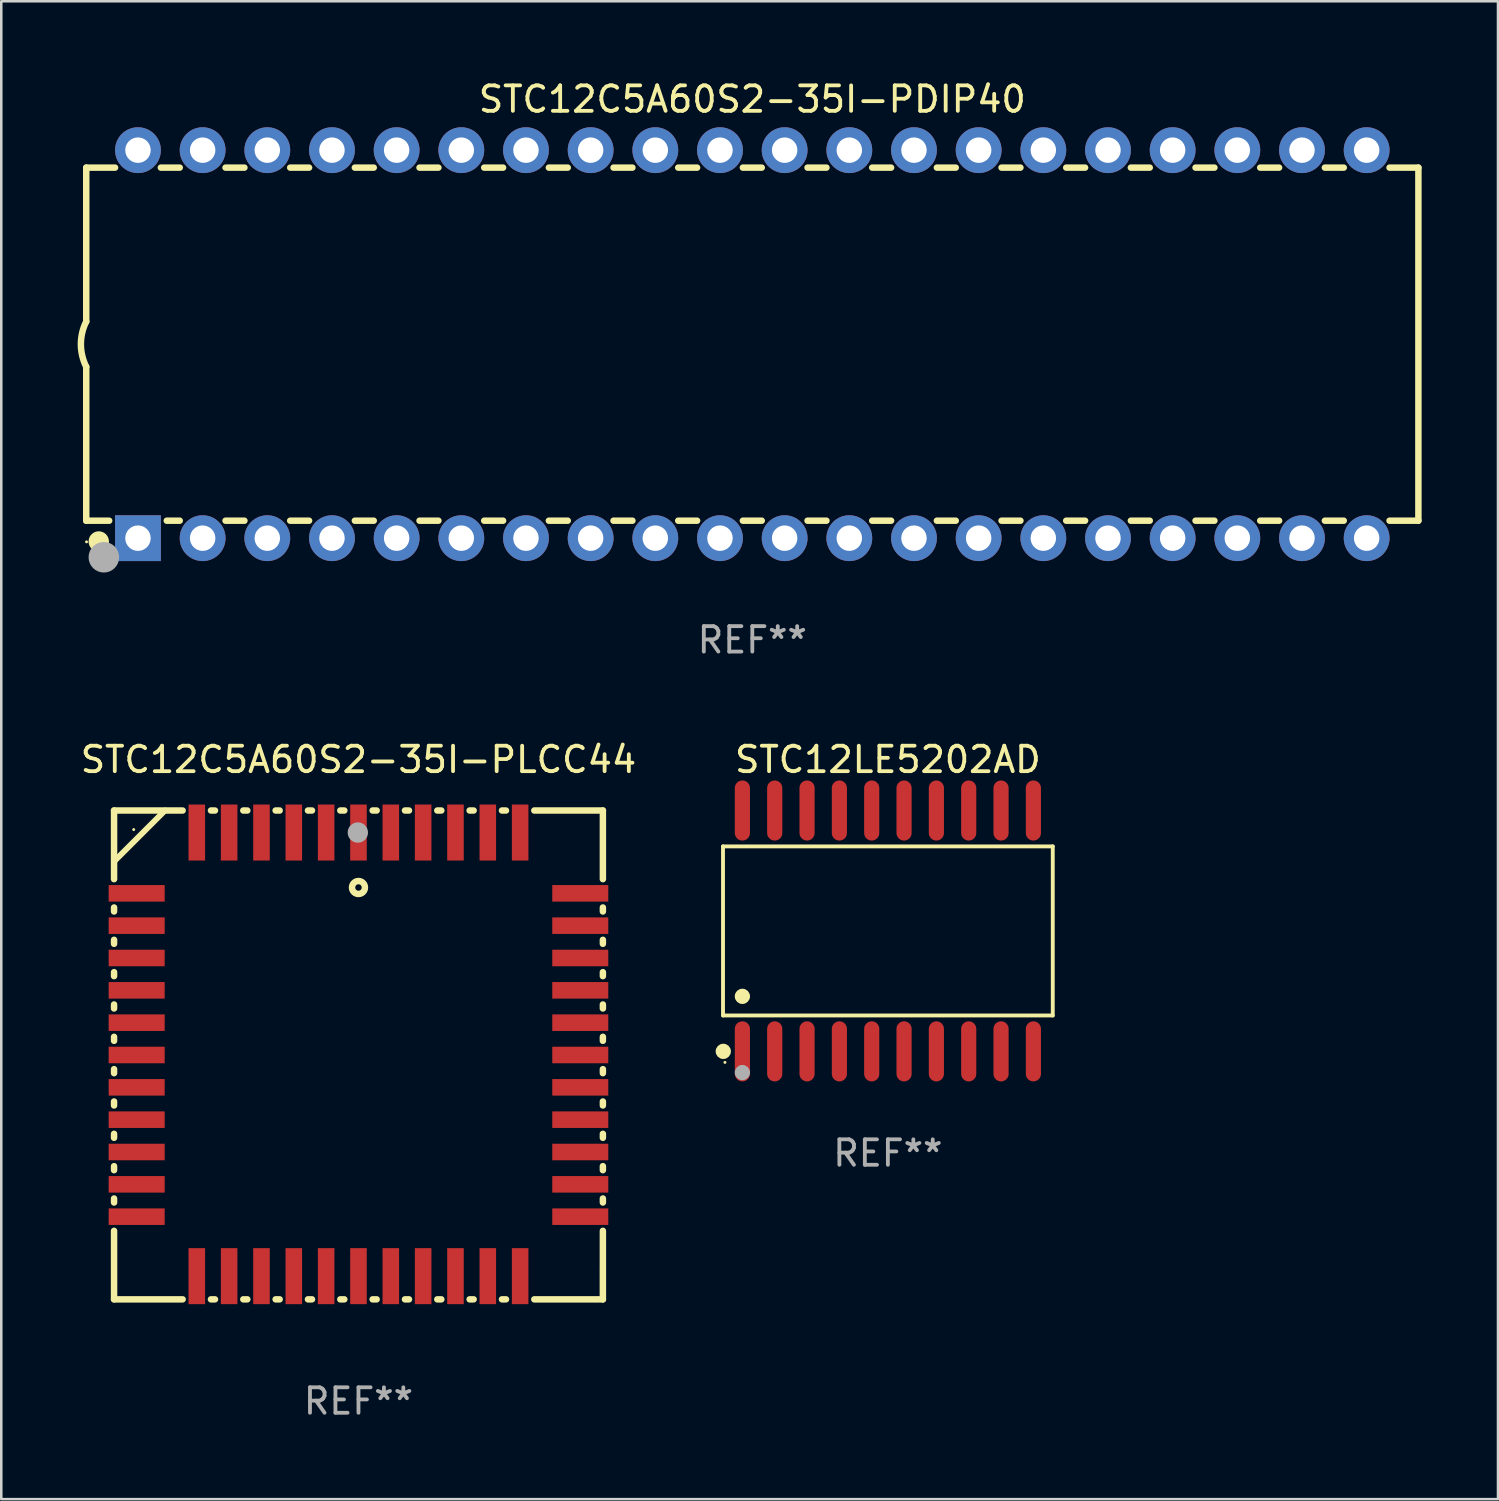
<source format=kicad_pcb>
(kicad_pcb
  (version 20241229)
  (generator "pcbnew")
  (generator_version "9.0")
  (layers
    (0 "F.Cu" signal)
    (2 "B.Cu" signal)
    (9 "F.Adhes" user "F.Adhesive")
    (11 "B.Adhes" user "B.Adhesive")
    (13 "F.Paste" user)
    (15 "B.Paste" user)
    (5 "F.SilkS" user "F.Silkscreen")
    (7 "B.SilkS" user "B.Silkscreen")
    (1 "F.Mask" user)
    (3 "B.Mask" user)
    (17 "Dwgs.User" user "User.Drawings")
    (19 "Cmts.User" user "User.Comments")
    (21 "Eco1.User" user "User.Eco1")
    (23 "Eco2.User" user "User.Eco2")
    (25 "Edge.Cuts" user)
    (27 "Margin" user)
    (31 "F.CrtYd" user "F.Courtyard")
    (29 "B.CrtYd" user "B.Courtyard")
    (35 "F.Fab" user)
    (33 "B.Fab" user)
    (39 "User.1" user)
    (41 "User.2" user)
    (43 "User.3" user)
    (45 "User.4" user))
  (footprint "STC12LE5202AD"
    (layer "F.Cu")
    (at 31.824 33.515)
    (property "Reference" "STC12LE5202AD" (at 0 -6.73 0) (layer "F.SilkS") (effects (font (size 1 1) (thickness 0.15))))
    (attr through_hole)
    (fp_line (start -6.476 -3.321) (end 6.476 -3.321) (stroke (width 0.152) (type solid)) (layer "F.SilkS"))
    (fp_line (start -6.476 3.321) (end -6.476 -3.321) (stroke (width 0.152) (type solid)) (layer "F.SilkS"))
    (fp_line (start 6.476 -3.321) (end 6.476 3.321) (stroke (width 0.152) (type solid)) (layer "F.SilkS"))
    (fp_line (start 6.476 3.321) (end -6.476 3.321) (stroke (width 0.152) (type solid)) (layer "F.SilkS"))
    (fp_circle (center -6.465 4.73) (end -6.315 4.73) (stroke (width 0.3) (type solid)) (fill no) (layer "F.SilkS"))
    (fp_circle (center -6.4 5.163) (end -6.37 5.163) (stroke (width 0.06) (type solid)) (fill no) (layer "F.SilkS"))
    (fp_circle (center -5.715 2.569) (end -5.565 2.569) (stroke (width 0.3) (type solid)) (fill no) (layer "F.SilkS"))
    (fp_circle (center -5.715 5.563) (end -5.565 5.563) (stroke (width 0.3) (type solid)) (fill no) (layer "F.Fab"))
    (fp_text user "REF**" (at 0 8.73 0) (layer "F.Fab") (effects (font (size 1 1) (thickness 0.15))))
    (pad "1" smd oval (at -5.715 4.73) (size 0.595 2.36) (layers "F.Cu" "F.Mask" "F.Paste"))
    (pad "2" smd oval (at -4.445 4.73) (size 0.595 2.36) (layers "F.Cu" "F.Mask" "F.Paste"))
    (pad "3" smd oval (at -3.175 4.73) (size 0.595 2.36) (layers "F.Cu" "F.Mask" "F.Paste"))
    (pad "4" smd oval (at -1.905 4.73) (size 0.595 2.36) (layers "F.Cu" "F.Mask" "F.Paste"))
    (pad "5" smd oval (at -0.635 4.73) (size 0.595 2.36) (layers "F.Cu" "F.Mask" "F.Paste"))
    (pad "6" smd oval (at 0.635 4.73) (size 0.595 2.36) (layers "F.Cu" "F.Mask" "F.Paste"))
    (pad "7" smd oval (at 1.905 4.73) (size 0.595 2.36) (layers "F.Cu" "F.Mask" "F.Paste"))
    (pad "8" smd oval (at 3.175 4.73) (size 0.595 2.36) (layers "F.Cu" "F.Mask" "F.Paste"))
    (pad "9" smd oval (at 4.445 4.73) (size 0.595 2.36) (layers "F.Cu" "F.Mask" "F.Paste"))
    (pad "10" smd oval (at 5.715 4.73) (size 0.595 2.36) (layers "F.Cu" "F.Mask" "F.Paste"))
    (pad "11" smd oval (at 5.715 -4.73) (size 0.595 2.36) (layers "F.Cu" "F.Mask" "F.Paste"))
    (pad "12" smd oval (at 4.445 -4.73) (size 0.595 2.36) (layers "F.Cu" "F.Mask" "F.Paste"))
    (pad "13" smd oval (at 3.175 -4.73) (size 0.595 2.36) (layers "F.Cu" "F.Mask" "F.Paste"))
    (pad "14" smd oval (at 1.905 -4.73) (size 0.595 2.36) (layers "F.Cu" "F.Mask" "F.Paste"))
    (pad "15" smd oval (at 0.635 -4.73) (size 0.595 2.36) (layers "F.Cu" "F.Mask" "F.Paste"))
    (pad "16" smd oval (at -0.635 -4.73) (size 0.595 2.36) (layers "F.Cu" "F.Mask" "F.Paste"))
    (pad "17" smd oval (at -1.905 -4.73) (size 0.595 2.36) (layers "F.Cu" "F.Mask" "F.Paste"))
    (pad "18" smd oval (at -3.175 -4.73) (size 0.595 2.36) (layers "F.Cu" "F.Mask" "F.Paste"))
    (pad "19" smd oval (at -4.445 -4.73) (size 0.595 2.36) (layers "F.Cu" "F.Mask" "F.Paste"))
    (pad "20" smd oval (at -5.715 -4.73) (size 0.595 2.36) (layers "F.Cu" "F.Mask" "F.Paste")))
  (footprint "STC12C5A60S2-35I-PDIP40"
    (layer "F.Cu")
    (at 26.499 10.468)
    (property "Reference" "STC12C5A60S2-35I-PDIP40" (at 0 -9.62 0) (layer "F.SilkS") (effects (font (size 1 1) (thickness 0.15))))
    (attr through_hole)
    (fp_line (start -26.162 -6.934) (end -26.162 -0.889) (stroke (width 0.254) (type solid)) (layer "F.SilkS"))
    (fp_line (start -26.162 -6.934) (end -25.029 -6.934) (stroke (width 0.254) (type solid)) (layer "F.SilkS"))
    (fp_line (start -26.162 6.934) (end -26.162 0.889) (stroke (width 0.254) (type solid)) (layer "F.SilkS"))
    (fp_line (start -26.162 6.934) (end -25.261 6.934) (stroke (width 0.254) (type solid)) (layer "F.SilkS"))
    (fp_line (start -23.231 -6.934) (end -22.489 -6.934) (stroke (width 0.254) (type solid)) (layer "F.SilkS"))
    (fp_line (start -22.999 6.934) (end -22.489 6.934) (stroke (width 0.254) (type solid)) (layer "F.SilkS"))
    (fp_line (start -20.691 -6.934) (end -19.949 -6.934) (stroke (width 0.254) (type solid)) (layer "F.SilkS"))
    (fp_line (start -20.691 6.934) (end -19.949 6.934) (stroke (width 0.254) (type solid)) (layer "F.SilkS"))
    (fp_line (start -18.151 -6.934) (end -17.409 -6.934) (stroke (width 0.254) (type solid)) (layer "F.SilkS"))
    (fp_line (start -18.151 6.934) (end -17.409 6.934) (stroke (width 0.254) (type solid)) (layer "F.SilkS"))
    (fp_line (start -15.611 -6.934) (end -14.869 -6.934) (stroke (width 0.254) (type solid)) (layer "F.SilkS"))
    (fp_line (start -15.611 6.934) (end -14.869 6.934) (stroke (width 0.254) (type solid)) (layer "F.SilkS"))
    (fp_line (start -13.071 -6.934) (end -12.329 -6.934) (stroke (width 0.254) (type solid)) (layer "F.SilkS"))
    (fp_line (start -13.071 6.934) (end -12.329 6.934) (stroke (width 0.254) (type solid)) (layer "F.SilkS"))
    (fp_line (start -10.531 -6.934) (end -9.789 -6.934) (stroke (width 0.254) (type solid)) (layer "F.SilkS"))
    (fp_line (start -10.531 6.934) (end -9.789 6.934) (stroke (width 0.254) (type solid)) (layer "F.SilkS"))
    (fp_line (start -7.991 -6.934) (end -7.249 -6.934) (stroke (width 0.254) (type solid)) (layer "F.SilkS"))
    (fp_line (start -7.991 6.934) (end -7.249 6.934) (stroke (width 0.254) (type solid)) (layer "F.SilkS"))
    (fp_line (start -5.451 -6.934) (end -4.709 -6.934) (stroke (width 0.254) (type solid)) (layer "F.SilkS"))
    (fp_line (start -5.451 6.934) (end -4.709 6.934) (stroke (width 0.254) (type solid)) (layer "F.SilkS"))
    (fp_line (start -2.911 -6.934) (end -2.169 -6.934) (stroke (width 0.254) (type solid)) (layer "F.SilkS"))
    (fp_line (start -2.911 6.934) (end -2.169 6.934) (stroke (width 0.254) (type solid)) (layer "F.SilkS"))
    (fp_line (start -0.371 -6.934) (end 0.371 -6.934) (stroke (width 0.254) (type solid)) (layer "F.SilkS"))
    (fp_line (start -0.371 6.934) (end 0.371 6.934) (stroke (width 0.254) (type solid)) (layer "F.SilkS"))
    (fp_line (start 2.169 -6.934) (end 2.911 -6.934) (stroke (width 0.254) (type solid)) (layer "F.SilkS"))
    (fp_line (start 2.169 6.934) (end 2.911 6.934) (stroke (width 0.254) (type solid)) (layer "F.SilkS"))
    (fp_line (start 4.709 -6.934) (end 5.451 -6.934) (stroke (width 0.254) (type solid)) (layer "F.SilkS"))
    (fp_line (start 4.709 6.934) (end 5.451 6.934) (stroke (width 0.254) (type solid)) (layer "F.SilkS"))
    (fp_line (start 7.249 -6.934) (end 7.991 -6.934) (stroke (width 0.254) (type solid)) (layer "F.SilkS"))
    (fp_line (start 7.249 6.934) (end 7.991 6.934) (stroke (width 0.254) (type solid)) (layer "F.SilkS"))
    (fp_line (start 9.789 -6.934) (end 10.531 -6.934) (stroke (width 0.254) (type solid)) (layer "F.SilkS"))
    (fp_line (start 9.789 6.934) (end 10.531 6.934) (stroke (width 0.254) (type solid)) (layer "F.SilkS"))
    (fp_line (start 12.329 -6.934) (end 13.071 -6.934) (stroke (width 0.254) (type solid)) (layer "F.SilkS"))
    (fp_line (start 12.329 6.934) (end 13.071 6.934) (stroke (width 0.254) (type solid)) (layer "F.SilkS"))
    (fp_line (start 14.869 -6.934) (end 15.611 -6.934) (stroke (width 0.254) (type solid)) (layer "F.SilkS"))
    (fp_line (start 14.869 6.934) (end 15.611 6.934) (stroke (width 0.254) (type solid)) (layer "F.SilkS"))
    (fp_line (start 17.409 -6.934) (end 18.151 -6.934) (stroke (width 0.254) (type solid)) (layer "F.SilkS"))
    (fp_line (start 17.409 6.934) (end 18.151 6.934) (stroke (width 0.254) (type solid)) (layer "F.SilkS"))
    (fp_line (start 19.949 -6.934) (end 20.691 -6.934) (stroke (width 0.254) (type solid)) (layer "F.SilkS"))
    (fp_line (start 19.949 6.934) (end 20.691 6.934) (stroke (width 0.254) (type solid)) (layer "F.SilkS"))
    (fp_line (start 22.489 -6.934) (end 23.231 -6.934) (stroke (width 0.254) (type solid)) (layer "F.SilkS"))
    (fp_line (start 22.489 6.934) (end 23.231 6.934) (stroke (width 0.254) (type solid)) (layer "F.SilkS"))
    (fp_line (start 25.029 -6.934) (end 26.162 -6.934) (stroke (width 0.254) (type solid)) (layer "F.SilkS"))
    (fp_line (start 25.029 6.934) (end 26.162 6.934) (stroke (width 0.254) (type solid)) (layer "F.SilkS"))
    (fp_line (start 26.162 -6.934) (end 26.162 6.934) (stroke (width 0.254) (type solid)) (layer "F.SilkS"))
    (fp_arc (start -26.162052 0.889001) (mid -26.371917 0) (end -26.162052 -0.889002) (stroke (width 0.254001) (type solid)) (layer "F.SilkS"))
    (fp_circle (center -26.15 7.765) (end -26.12 7.765) (stroke (width 0.06) (type solid)) (fill no) (layer "F.SilkS"))
    (fp_circle (center -25.67 7.75) (end -25.47 7.75) (stroke (width 0.4) (type solid)) (fill no) (layer "F.SilkS"))
    (fp_circle (center -25.47 8.37) (end -25.17 8.37) (stroke (width 0.6) (type solid)) (fill no) (layer "F.Fab"))
    (fp_text user "REF**" (at 0 11.62 0) (layer "F.Fab") (effects (font (size 1 1) (thickness 0.15))))
    (pad "1" thru_hole rect (at -24.13 7.62) (size 1.8 1.8) (drill 1) (layers "*.Cu" "*.Mask"))
    (pad "2" thru_hole circle (at -21.59 7.62) (size 1.8 1.8) (drill 1) (layers "*.Cu" "*.Mask"))
    (pad "3" thru_hole circle (at -19.05 7.62) (size 1.8 1.8) (drill 1) (layers "*.Cu" "*.Mask"))
    (pad "4" thru_hole circle (at -16.51 7.62) (size 1.8 1.8) (drill 1) (layers "*.Cu" "*.Mask"))
    (pad "5" thru_hole circle (at -13.97 7.62) (size 1.8 1.8) (drill 1) (layers "*.Cu" "*.Mask"))
    (pad "6" thru_hole circle (at -11.43 7.62) (size 1.8 1.8) (drill 1) (layers "*.Cu" "*.Mask"))
    (pad "7" thru_hole circle (at -8.89 7.62) (size 1.8 1.8) (drill 1) (layers "*.Cu" "*.Mask"))
    (pad "8" thru_hole circle (at -6.35 7.62) (size 1.8 1.8) (drill 1) (layers "*.Cu" "*.Mask"))
    (pad "9" thru_hole circle (at -3.81 7.62) (size 1.8 1.8) (drill 1) (layers "*.Cu" "*.Mask"))
    (pad "10" thru_hole circle (at -1.27 7.62) (size 1.8 1.8) (drill 1) (layers "*.Cu" "*.Mask"))
    (pad "11" thru_hole circle (at 1.27 7.62) (size 1.8 1.8) (drill 1) (layers "*.Cu" "*.Mask"))
    (pad "12" thru_hole circle (at 3.81 7.62) (size 1.8 1.8) (drill 1) (layers "*.Cu" "*.Mask"))
    (pad "13" thru_hole circle (at 6.35 7.62) (size 1.8 1.8) (drill 1) (layers "*.Cu" "*.Mask"))
    (pad "14" thru_hole circle (at 8.89 7.62) (size 1.8 1.8) (drill 1) (layers "*.Cu" "*.Mask"))
    (pad "15" thru_hole circle (at 11.43 7.62) (size 1.8 1.8) (drill 1) (layers "*.Cu" "*.Mask"))
    (pad "16" thru_hole circle (at 13.97 7.62) (size 1.8 1.8) (drill 1) (layers "*.Cu" "*.Mask"))
    (pad "17" thru_hole circle (at 16.51 7.62) (size 1.8 1.8) (drill 1) (layers "*.Cu" "*.Mask"))
    (pad "18" thru_hole circle (at 19.05 7.62) (size 1.8 1.8) (drill 1) (layers "*.Cu" "*.Mask"))
    (pad "19" thru_hole circle (at 21.59 7.62) (size 1.8 1.8) (drill 1) (layers "*.Cu" "*.Mask"))
    (pad "20" thru_hole circle (at 24.13 7.62) (size 1.8 1.8) (drill 1) (layers "*.Cu" "*.Mask"))
    (pad "21" thru_hole circle (at 24.13 -7.62) (size 1.8 1.8) (drill 1) (layers "*.Cu" "*.Mask"))
    (pad "22" thru_hole circle (at 21.59 -7.62) (size 1.8 1.8) (drill 1) (layers "*.Cu" "*.Mask"))
    (pad "23" thru_hole circle (at 19.05 -7.62) (size 1.8 1.8) (drill 1) (layers "*.Cu" "*.Mask"))
    (pad "24" thru_hole circle (at 16.51 -7.62) (size 1.8 1.8) (drill 1) (layers "*.Cu" "*.Mask"))
    (pad "25" thru_hole circle (at 13.97 -7.62) (size 1.8 1.8) (drill 1) (layers "*.Cu" "*.Mask"))
    (pad "26" thru_hole circle (at 11.43 -7.62) (size 1.8 1.8) (drill 1) (layers "*.Cu" "*.Mask"))
    (pad "27" thru_hole circle (at 8.89 -7.62) (size 1.8 1.8) (drill 1) (layers "*.Cu" "*.Mask"))
    (pad "28" thru_hole circle (at 6.35 -7.62) (size 1.8 1.8) (drill 1) (layers "*.Cu" "*.Mask"))
    (pad "29" thru_hole circle (at 3.81 -7.62) (size 1.8 1.8) (drill 1) (layers "*.Cu" "*.Mask"))
    (pad "30" thru_hole circle (at 1.27 -7.62) (size 1.8 1.8) (drill 1) (layers "*.Cu" "*.Mask"))
    (pad "31" thru_hole circle (at -1.27 -7.62) (size 1.8 1.8) (drill 1) (layers "*.Cu" "*.Mask"))
    (pad "32" thru_hole circle (at -3.81 -7.62) (size 1.8 1.8) (drill 1) (layers "*.Cu" "*.Mask"))
    (pad "33" thru_hole circle (at -6.35 -7.62) (size 1.8 1.8) (drill 1) (layers "*.Cu" "*.Mask"))
    (pad "34" thru_hole circle (at -8.89 -7.62) (size 1.8 1.8) (drill 1) (layers "*.Cu" "*.Mask"))
    (pad "35" thru_hole circle (at -11.43 -7.62) (size 1.8 1.8) (drill 1) (layers "*.Cu" "*.Mask"))
    (pad "36" thru_hole circle (at -13.97 -7.62) (size 1.8 1.8) (drill 1) (layers "*.Cu" "*.Mask"))
    (pad "37" thru_hole circle (at -16.51 -7.62) (size 1.8 1.8) (drill 1) (layers "*.Cu" "*.Mask"))
    (pad "38" thru_hole circle (at -19.05 -7.62) (size 1.8 1.8) (drill 1) (layers "*.Cu" "*.Mask"))
    (pad "39" thru_hole circle (at -21.59 -7.62) (size 1.8 1.8) (drill 1) (layers "*.Cu" "*.Mask"))
    (pad "40" thru_hole circle (at -24.13 -7.62) (size 1.8 1.8) (drill 1) (layers "*.Cu" "*.Mask")))
  (footprint "STC12C5A60S2-35I-PLCC44"
    (layer "F.Cu")
    (at 11.03 38.385)
    (property "Reference" "STC12C5A60S2-35I-PLCC44" (at 0 -11.6 0) (layer "F.SilkS") (effects (font (size 1 1) (thickness 0.15))))
    (attr through_hole)
    (fp_line (start -9.6 -9.6) (end -6.906 -9.6) (stroke (width 0.254) (type solid)) (layer "F.SilkS"))
    (fp_line (start -9.6 -6.904) (end -9.6 -9.6) (stroke (width 0.254) (type solid)) (layer "F.SilkS"))
    (fp_line (start -9.6 -5.634) (end -9.6 -5.791) (stroke (width 0.254) (type solid)) (layer "F.SilkS"))
    (fp_line (start -9.6 -4.364) (end -9.6 -4.521) (stroke (width 0.254) (type solid)) (layer "F.SilkS"))
    (fp_line (start -9.6 -3.094) (end -9.6 -3.251) (stroke (width 0.254) (type solid)) (layer "F.SilkS"))
    (fp_line (start -9.6 -1.824) (end -9.6 -1.981) (stroke (width 0.254) (type solid)) (layer "F.SilkS"))
    (fp_line (start -9.6 -0.554) (end -9.6 -0.711) (stroke (width 0.254) (type solid)) (layer "F.SilkS"))
    (fp_line (start -9.6 0.716) (end -9.6 0.559) (stroke (width 0.254) (type solid)) (layer "F.SilkS"))
    (fp_line (start -9.6 1.986) (end -9.6 1.829) (stroke (width 0.254) (type solid)) (layer "F.SilkS"))
    (fp_line (start -9.6 3.256) (end -9.6 3.099) (stroke (width 0.254) (type solid)) (layer "F.SilkS"))
    (fp_line (start -9.6 4.526) (end -9.6 4.369) (stroke (width 0.254) (type solid)) (layer "F.SilkS"))
    (fp_line (start -9.6 5.796) (end -9.6 5.639) (stroke (width 0.254) (type solid)) (layer "F.SilkS"))
    (fp_line (start -9.6 9.6) (end -9.6 6.909) (stroke (width 0.254) (type solid)) (layer "F.SilkS"))
    (fp_line (start -7.6 -9.6) (end -9.6 -7.6) (stroke (width 0.229) (type solid)) (layer "F.SilkS"))
    (fp_line (start -6.906 9.6) (end -9.6 9.6) (stroke (width 0.254) (type solid)) (layer "F.SilkS"))
    (fp_line (start -5.794 -9.6) (end -5.636 -9.6) (stroke (width 0.254) (type solid)) (layer "F.SilkS"))
    (fp_line (start -5.636 9.6) (end -5.794 9.6) (stroke (width 0.254) (type solid)) (layer "F.SilkS"))
    (fp_line (start -4.524 -9.6) (end -4.366 -9.6) (stroke (width 0.254) (type solid)) (layer "F.SilkS"))
    (fp_line (start -4.366 9.6) (end -4.524 9.6) (stroke (width 0.254) (type solid)) (layer "F.SilkS"))
    (fp_line (start -3.254 -9.6) (end -3.096 -9.6) (stroke (width 0.254) (type solid)) (layer "F.SilkS"))
    (fp_line (start -3.096 9.6) (end -3.254 9.6) (stroke (width 0.254) (type solid)) (layer "F.SilkS"))
    (fp_line (start -1.984 -9.6) (end -1.826 -9.6) (stroke (width 0.254) (type solid)) (layer "F.SilkS"))
    (fp_line (start -1.826 9.6) (end -1.984 9.6) (stroke (width 0.254) (type solid)) (layer "F.SilkS"))
    (fp_line (start -0.714 -9.6) (end -0.556 -9.6) (stroke (width 0.254) (type solid)) (layer "F.SilkS"))
    (fp_line (start -0.556 9.6) (end -0.714 9.6) (stroke (width 0.254) (type solid)) (layer "F.SilkS"))
    (fp_line (start 0.556 -9.6) (end 0.714 -9.6) (stroke (width 0.254) (type solid)) (layer "F.SilkS"))
    (fp_line (start 0.714 9.6) (end 0.556 9.6) (stroke (width 0.254) (type solid)) (layer "F.SilkS"))
    (fp_line (start 1.826 -9.6) (end 1.984 -9.6) (stroke (width 0.254) (type solid)) (layer "F.SilkS"))
    (fp_line (start 1.984 9.6) (end 1.826 9.6) (stroke (width 0.254) (type solid)) (layer "F.SilkS"))
    (fp_line (start 3.096 -9.6) (end 3.254 -9.6) (stroke (width 0.254) (type solid)) (layer "F.SilkS"))
    (fp_line (start 3.254 9.6) (end 3.096 9.6) (stroke (width 0.254) (type solid)) (layer "F.SilkS"))
    (fp_line (start 4.366 -9.6) (end 4.524 -9.6) (stroke (width 0.254) (type solid)) (layer "F.SilkS"))
    (fp_line (start 4.524 9.6) (end 4.366 9.6) (stroke (width 0.254) (type solid)) (layer "F.SilkS"))
    (fp_line (start 5.636 -9.6) (end 5.794 -9.6) (stroke (width 0.254) (type solid)) (layer "F.SilkS"))
    (fp_line (start 5.794 9.6) (end 5.636 9.6) (stroke (width 0.254) (type solid)) (layer "F.SilkS"))
    (fp_line (start 6.906 -9.6) (end 9.6 -9.6) (stroke (width 0.254) (type solid)) (layer "F.SilkS"))
    (fp_line (start 9.6 -6.904) (end 9.6 -9.6) (stroke (width 0.254) (type solid)) (layer "F.SilkS"))
    (fp_line (start 9.6 -5.634) (end 9.6 -5.791) (stroke (width 0.254) (type solid)) (layer "F.SilkS"))
    (fp_line (start 9.6 -4.364) (end 9.6 -4.521) (stroke (width 0.254) (type solid)) (layer "F.SilkS"))
    (fp_line (start 9.6 -3.094) (end 9.6 -3.251) (stroke (width 0.254) (type solid)) (layer "F.SilkS"))
    (fp_line (start 9.6 -1.824) (end 9.6 -1.981) (stroke (width 0.254) (type solid)) (layer "F.SilkS"))
    (fp_line (start 9.6 -0.554) (end 9.6 -0.711) (stroke (width 0.254) (type solid)) (layer "F.SilkS"))
    (fp_line (start 9.6 0.716) (end 9.6 0.559) (stroke (width 0.254) (type solid)) (layer "F.SilkS"))
    (fp_line (start 9.6 1.986) (end 9.6 1.829) (stroke (width 0.254) (type solid)) (layer "F.SilkS"))
    (fp_line (start 9.6 3.256) (end 9.6 3.099) (stroke (width 0.254) (type solid)) (layer "F.SilkS"))
    (fp_line (start 9.6 4.526) (end 9.6 4.369) (stroke (width 0.254) (type solid)) (layer "F.SilkS"))
    (fp_line (start 9.6 5.796) (end 9.6 5.639) (stroke (width 0.254) (type solid)) (layer "F.SilkS"))
    (fp_line (start 9.6 9.6) (end 6.906 9.6) (stroke (width 0.254) (type solid)) (layer "F.SilkS"))
    (fp_line (start 9.6 9.6) (end 9.6 6.909) (stroke (width 0.254) (type solid)) (layer "F.SilkS"))
    (fp_line (start 9.6 9.6) (end 9.6 8.352) (stroke (width 0.229) (type solid)) (layer "F.SilkS"))
    (fp_circle (center -8.828 -8.851) (end -8.798 -8.851) (stroke (width 0.06) (type solid)) (fill no) (layer "F.SilkS"))
    (fp_circle (center 0 -6.576) (end 0.254 -6.576) (stroke (width 0.254) (type solid)) (fill no) (layer "F.SilkS"))
    (fp_circle (center -0.025 -8.735) (end 0.175 -8.735) (stroke (width 0.4) (type solid)) (fill no) (layer "F.Fab"))
    (fp_text user "REF**" (at 0 13.6 0) (layer "F.Fab") (effects (font (size 1 1) (thickness 0.15))))
    (pad "1" smd rect (at 0 -8.735 180) (size 0.65 2.2) (layers "F.Cu" "F.Mask" "F.Paste"))
    (pad "2" smd rect (at -1.27 -8.735 180) (size 0.65 2.2) (layers "F.Cu" "F.Mask" "F.Paste"))
    (pad "3" smd rect (at -2.54 -8.735 180) (size 0.65 2.2) (layers "F.Cu" "F.Mask" "F.Paste"))
    (pad "4" smd rect (at -3.81 -8.735 180) (size 0.65 2.2) (layers "F.Cu" "F.Mask" "F.Paste"))
    (pad "5" smd rect (at -5.08 -8.735 180) (size 0.65 2.2) (layers "F.Cu" "F.Mask" "F.Paste"))
    (pad "6" smd rect (at -6.35 -8.735 180) (size 0.65 2.2) (layers "F.Cu" "F.Mask" "F.Paste"))
    (pad "7" smd rect (at -8.712 -6.347 180) (size 2.2 0.65) (layers "F.Cu" "F.Mask" "F.Paste"))
    (pad "8" smd rect (at -8.712 -5.077 180) (size 2.2 0.65) (layers "F.Cu" "F.Mask" "F.Paste"))
    (pad "9" smd rect (at -8.712 -3.807 180) (size 2.2 0.65) (layers "F.Cu" "F.Mask" "F.Paste"))
    (pad "10" smd rect (at -8.712 -2.537 180) (size 2.2 0.65) (layers "F.Cu" "F.Mask" "F.Paste"))
    (pad "11" smd rect (at -8.712 -1.267 180) (size 2.2 0.65) (layers "F.Cu" "F.Mask" "F.Paste"))
    (pad "12" smd rect (at -8.712 0.003 180) (size 2.2 0.65) (layers "F.Cu" "F.Mask" "F.Paste"))
    (pad "13" smd rect (at -8.712 1.273 180) (size 2.2 0.65) (layers "F.Cu" "F.Mask" "F.Paste"))
    (pad "14" smd rect (at -8.712 2.543 180) (size 2.2 0.65) (layers "F.Cu" "F.Mask" "F.Paste"))
    (pad "15" smd rect (at -8.712 3.813 180) (size 2.2 0.65) (layers "F.Cu" "F.Mask" "F.Paste"))
    (pad "16" smd rect (at -8.712 5.083 180) (size 2.2 0.65) (layers "F.Cu" "F.Mask" "F.Paste"))
    (pad "17" smd rect (at -8.712 6.353 180) (size 2.2 0.65) (layers "F.Cu" "F.Mask" "F.Paste"))
    (pad "18" smd rect (at -6.35 8.689 180) (size 0.65 2.2) (layers "F.Cu" "F.Mask" "F.Paste"))
    (pad "19" smd rect (at -5.08 8.689 180) (size 0.65 2.2) (layers "F.Cu" "F.Mask" "F.Paste"))
    (pad "20" smd rect (at -3.81 8.689 180) (size 0.65 2.2) (layers "F.Cu" "F.Mask" "F.Paste"))
    (pad "21" smd rect (at -2.54 8.689 180) (size 0.65 2.2) (layers "F.Cu" "F.Mask" "F.Paste"))
    (pad "22" smd rect (at -1.27 8.689 180) (size 0.65 2.2) (layers "F.Cu" "F.Mask" "F.Paste"))
    (pad "23" smd rect (at 0 8.689 180) (size 0.65 2.2) (layers "F.Cu" "F.Mask" "F.Paste"))
    (pad "24" smd rect (at 1.27 8.689 180) (size 0.65 2.2) (layers "F.Cu" "F.Mask" "F.Paste"))
    (pad "25" smd rect (at 2.54 8.689 180) (size 0.65 2.2) (layers "F.Cu" "F.Mask" "F.Paste"))
    (pad "26" smd rect (at 3.81 8.689 180) (size 0.65 2.2) (layers "F.Cu" "F.Mask" "F.Paste"))
    (pad "27" smd rect (at 5.08 8.689 180) (size 0.65 2.2) (layers "F.Cu" "F.Mask" "F.Paste"))
    (pad "28" smd rect (at 6.35 8.689 180) (size 0.65 2.2) (layers "F.Cu" "F.Mask" "F.Paste"))
    (pad "29" smd rect (at 8.712 6.353 180) (size 2.2 0.65) (layers "F.Cu" "F.Mask" "F.Paste"))
    (pad "30" smd rect (at 8.712 5.083 180) (size 2.2 0.65) (layers "F.Cu" "F.Mask" "F.Paste"))
    (pad "31" smd rect (at 8.712 3.813 180) (size 2.2 0.65) (layers "F.Cu" "F.Mask" "F.Paste"))
    (pad "32" smd rect (at 8.712 2.543 180) (size 2.2 0.65) (layers "F.Cu" "F.Mask" "F.Paste"))
    (pad "33" smd rect (at 8.712 1.273 180) (size 2.2 0.65) (layers "F.Cu" "F.Mask" "F.Paste"))
    (pad "34" smd rect (at 8.712 0.003 180) (size 2.2 0.65) (layers "F.Cu" "F.Mask" "F.Paste"))
    (pad "35" smd rect (at 8.712 -1.267 180) (size 2.2 0.65) (layers "F.Cu" "F.Mask" "F.Paste"))
    (pad "36" smd rect (at 8.712 -2.537 180) (size 2.2 0.65) (layers "F.Cu" "F.Mask" "F.Paste"))
    (pad "37" smd rect (at 8.712 -3.807 180) (size 2.2 0.65) (layers "F.Cu" "F.Mask" "F.Paste"))
    (pad "38" smd rect (at 8.712 -5.077 180) (size 2.2 0.65) (layers "F.Cu" "F.Mask" "F.Paste"))
    (pad "39" smd rect (at 8.712 -6.347 180) (size 2.2 0.65) (layers "F.Cu" "F.Mask" "F.Paste"))
    (pad "40" smd rect (at 6.35 -8.735 180) (size 0.65 2.2) (layers "F.Cu" "F.Mask" "F.Paste"))
    (pad "41" smd rect (at 5.08 -8.735 180) (size 0.65 2.2) (layers "F.Cu" "F.Mask" "F.Paste"))
    (pad "42" smd rect (at 3.81 -8.735 180) (size 0.65 2.2) (layers "F.Cu" "F.Mask" "F.Paste"))
    (pad "43" smd rect (at 2.54 -8.735 180) (size 0.65 2.2) (layers "F.Cu" "F.Mask" "F.Paste"))
    (pad "44" smd rect (at 1.27 -8.735 180) (size 0.65 2.2) (layers "F.Cu" "F.Mask" "F.Paste")))
  (gr_rect
    (start -3 -3)
    (end 55.788 55.833)
    (stroke (width 0.1) (type default))
    (fill no)
    (layer "Edge.Cuts")))
</source>
